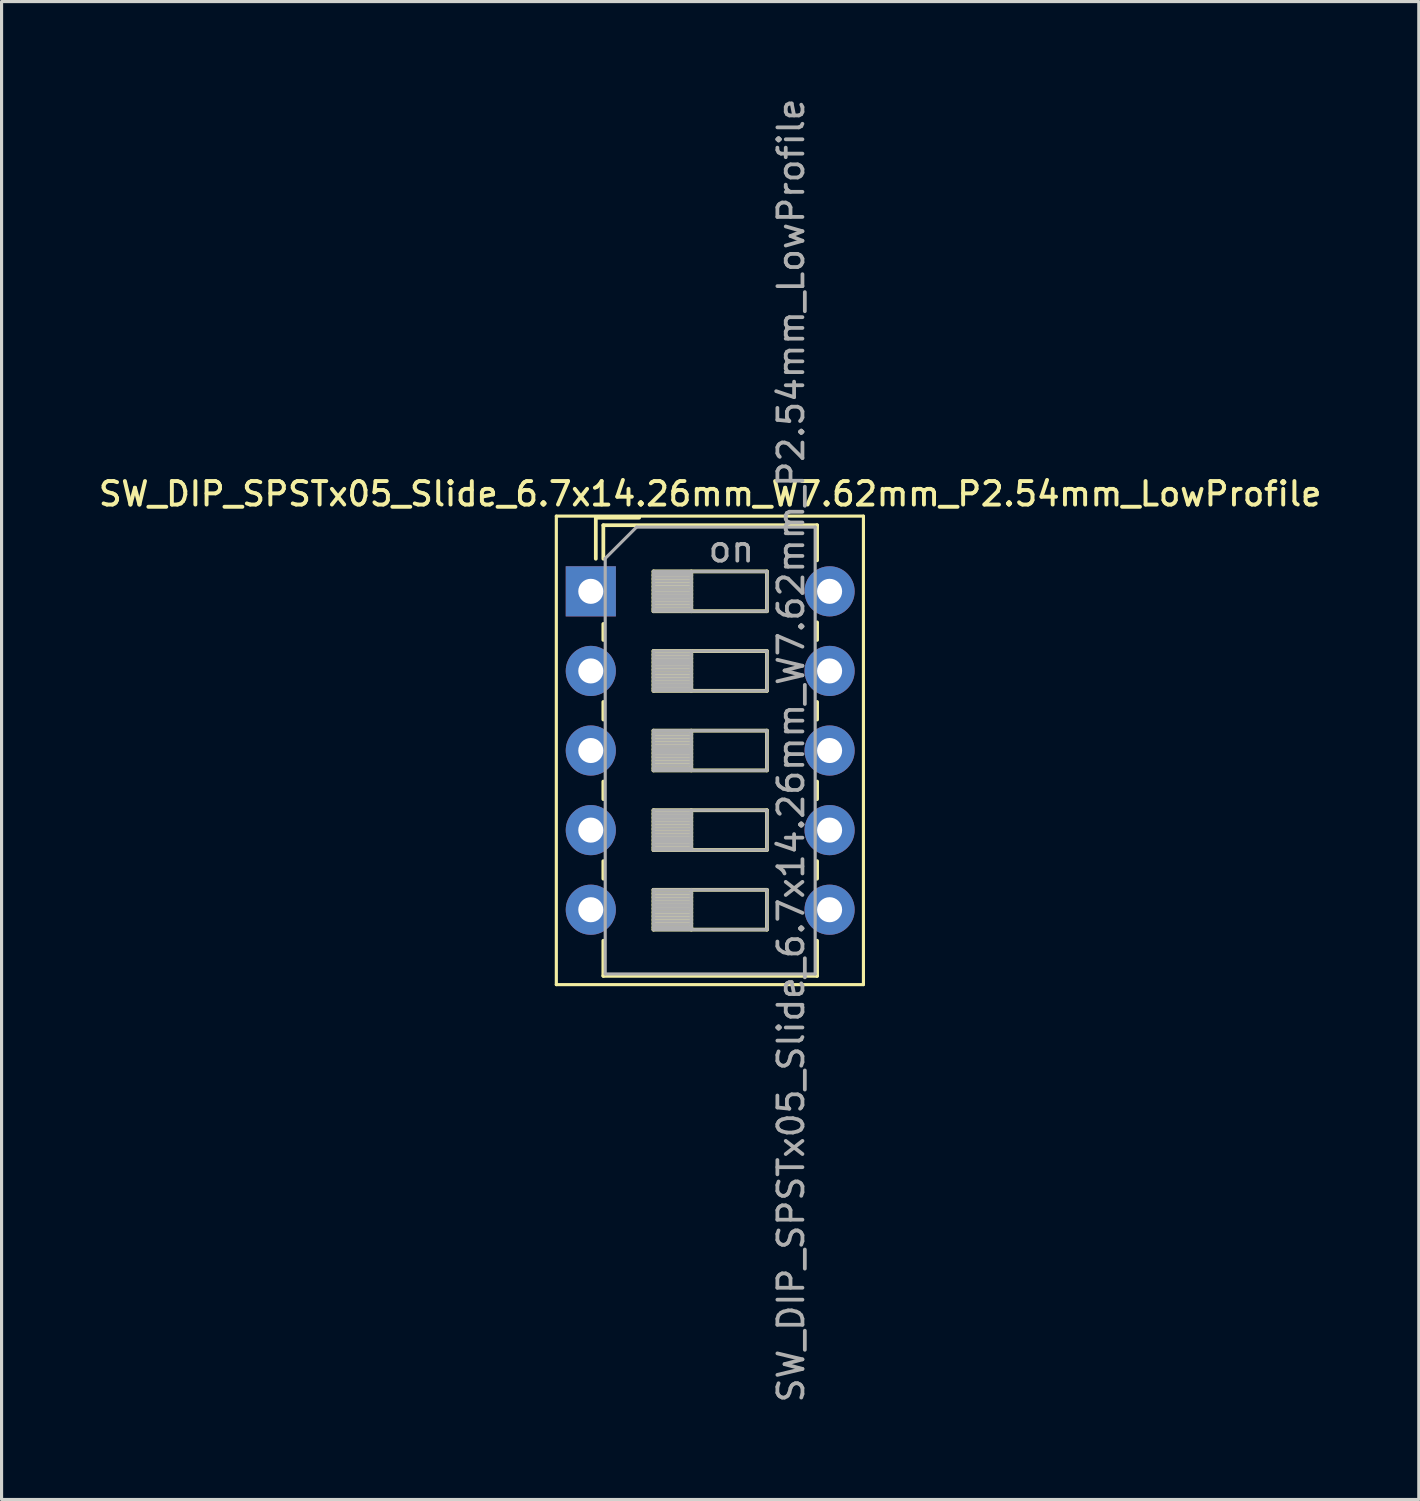
<source format=kicad_pcb>
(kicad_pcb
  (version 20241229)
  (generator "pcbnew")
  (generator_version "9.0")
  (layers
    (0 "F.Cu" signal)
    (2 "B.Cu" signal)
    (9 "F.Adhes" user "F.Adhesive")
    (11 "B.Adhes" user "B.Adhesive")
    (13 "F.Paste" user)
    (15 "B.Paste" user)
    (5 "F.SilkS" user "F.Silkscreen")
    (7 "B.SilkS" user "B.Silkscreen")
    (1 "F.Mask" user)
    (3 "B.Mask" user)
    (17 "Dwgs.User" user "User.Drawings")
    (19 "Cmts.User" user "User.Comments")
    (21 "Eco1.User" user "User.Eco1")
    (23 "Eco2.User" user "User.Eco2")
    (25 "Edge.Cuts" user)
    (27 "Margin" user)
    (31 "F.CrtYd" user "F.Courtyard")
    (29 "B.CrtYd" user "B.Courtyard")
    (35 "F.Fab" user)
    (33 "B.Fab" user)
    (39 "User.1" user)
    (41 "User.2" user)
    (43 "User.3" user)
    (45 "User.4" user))
  (footprint "SW_DIP_SPSTx05_Slide_6.7x14.26mm_W7.62mm_P2.54mm_LowProfile"
    (layer "F.Cu")
    (at 15.803 15.82)
    (property "Reference" "SW_DIP_SPSTx05_Slide_6.7x14.26mm_W7.62mm_P2.54mm_LowProfile" (at 3.81 -3.11 0) (layer "F.SilkS") (effects (font (size 0.75 0.75) (thickness 0.125))))
    (attr through_hole)
    (fp_line (start -1.1 -2.4) (end -1.1 12.55) (stroke (width 0.1) (type solid)) (layer "F.SilkS"))
    (fp_line (start -1.1 12.55) (end 8.7 12.55) (stroke (width 0.1) (type solid)) (layer "F.SilkS"))
    (fp_line (start 0.16 -2.35) (end 0.16 -1.04) (stroke (width 0.12) (type solid)) (layer "F.SilkS"))
    (fp_line (start 0.16 -2.35) (end 1.543 -2.35) (stroke (width 0.12) (type solid)) (layer "F.SilkS"))
    (fp_line (start 0.4 -2.11) (end 0.4 -1.04) (stroke (width 0.12) (type solid)) (layer "F.SilkS"))
    (fp_line (start 0.4 -2.11) (end 7.221 -2.11) (stroke (width 0.12) (type solid)) (layer "F.SilkS"))
    (fp_line (start 0.4 1.04) (end 0.4 1.551) (stroke (width 0.12) (type solid)) (layer "F.SilkS"))
    (fp_line (start 0.4 3.53) (end 0.4 4.091) (stroke (width 0.12) (type solid)) (layer "F.SilkS"))
    (fp_line (start 0.4 6.07) (end 0.4 6.631) (stroke (width 0.12) (type solid)) (layer "F.SilkS"))
    (fp_line (start 0.4 8.61) (end 0.4 9.17) (stroke (width 0.12) (type solid)) (layer "F.SilkS"))
    (fp_line (start 0.4 11.15) (end 0.4 12.271) (stroke (width 0.12) (type solid)) (layer "F.SilkS"))
    (fp_line (start 0.4 12.271) (end 7.221 12.271) (stroke (width 0.12) (type solid)) (layer "F.SilkS"))
    (fp_line (start 2 -0.635) (end 2 0.635) (stroke (width 0.12) (type solid)) (layer "F.SilkS"))
    (fp_line (start 2 -0.515) (end 3.207 -0.515) (stroke (width 0.12) (type solid)) (layer "F.SilkS"))
    (fp_line (start 2 -0.395) (end 3.207 -0.395) (stroke (width 0.12) (type solid)) (layer "F.SilkS"))
    (fp_line (start 2 -0.275) (end 3.207 -0.275) (stroke (width 0.12) (type solid)) (layer "F.SilkS"))
    (fp_line (start 2 -0.155) (end 3.207 -0.155) (stroke (width 0.12) (type solid)) (layer "F.SilkS"))
    (fp_line (start 2 -0.035) (end 3.207 -0.035) (stroke (width 0.12) (type solid)) (layer "F.SilkS"))
    (fp_line (start 2 0.085) (end 3.207 0.085) (stroke (width 0.12) (type solid)) (layer "F.SilkS"))
    (fp_line (start 2 0.205) (end 3.207 0.205) (stroke (width 0.12) (type solid)) (layer "F.SilkS"))
    (fp_line (start 2 0.325) (end 3.207 0.325) (stroke (width 0.12) (type solid)) (layer "F.SilkS"))
    (fp_line (start 2 0.445) (end 3.207 0.445) (stroke (width 0.12) (type solid)) (layer "F.SilkS"))
    (fp_line (start 2 0.565) (end 3.207 0.565) (stroke (width 0.12) (type solid)) (layer "F.SilkS"))
    (fp_line (start 2 0.635) (end 5.62 0.635) (stroke (width 0.12) (type solid)) (layer "F.SilkS"))
    (fp_line (start 2 1.905) (end 2 3.175) (stroke (width 0.12) (type solid)) (layer "F.SilkS"))
    (fp_line (start 2 2.025) (end 3.207 2.025) (stroke (width 0.12) (type solid)) (layer "F.SilkS"))
    (fp_line (start 2 2.145) (end 3.207 2.145) (stroke (width 0.12) (type solid)) (layer "F.SilkS"))
    (fp_line (start 2 2.265) (end 3.207 2.265) (stroke (width 0.12) (type solid)) (layer "F.SilkS"))
    (fp_line (start 2 2.385) (end 3.207 2.385) (stroke (width 0.12) (type solid)) (layer "F.SilkS"))
    (fp_line (start 2 2.505) (end 3.207 2.505) (stroke (width 0.12) (type solid)) (layer "F.SilkS"))
    (fp_line (start 2 2.625) (end 3.207 2.625) (stroke (width 0.12) (type solid)) (layer "F.SilkS"))
    (fp_line (start 2 2.745) (end 3.207 2.745) (stroke (width 0.12) (type solid)) (layer "F.SilkS"))
    (fp_line (start 2 2.865) (end 3.207 2.865) (stroke (width 0.12) (type solid)) (layer "F.SilkS"))
    (fp_line (start 2 2.985) (end 3.207 2.985) (stroke (width 0.12) (type solid)) (layer "F.SilkS"))
    (fp_line (start 2 3.105) (end 3.207 3.105) (stroke (width 0.12) (type solid)) (layer "F.SilkS"))
    (fp_line (start 2 3.175) (end 5.62 3.175) (stroke (width 0.12) (type solid)) (layer "F.SilkS"))
    (fp_line (start 2 4.445) (end 2 5.715) (stroke (width 0.12) (type solid)) (layer "F.SilkS"))
    (fp_line (start 2 4.565) (end 3.207 4.565) (stroke (width 0.12) (type solid)) (layer "F.SilkS"))
    (fp_line (start 2 4.685) (end 3.207 4.685) (stroke (width 0.12) (type solid)) (layer "F.SilkS"))
    (fp_line (start 2 4.805) (end 3.207 4.805) (stroke (width 0.12) (type solid)) (layer "F.SilkS"))
    (fp_line (start 2 4.925) (end 3.207 4.925) (stroke (width 0.12) (type solid)) (layer "F.SilkS"))
    (fp_line (start 2 5.045) (end 3.207 5.045) (stroke (width 0.12) (type solid)) (layer "F.SilkS"))
    (fp_line (start 2 5.165) (end 3.207 5.165) (stroke (width 0.12) (type solid)) (layer "F.SilkS"))
    (fp_line (start 2 5.285) (end 3.207 5.285) (stroke (width 0.12) (type solid)) (layer "F.SilkS"))
    (fp_line (start 2 5.405) (end 3.207 5.405) (stroke (width 0.12) (type solid)) (layer "F.SilkS"))
    (fp_line (start 2 5.525) (end 3.207 5.525) (stroke (width 0.12) (type solid)) (layer "F.SilkS"))
    (fp_line (start 2 5.645) (end 3.207 5.645) (stroke (width 0.12) (type solid)) (layer "F.SilkS"))
    (fp_line (start 2 5.715) (end 5.62 5.715) (stroke (width 0.12) (type solid)) (layer "F.SilkS"))
    (fp_line (start 2 6.985) (end 2 8.255) (stroke (width 0.12) (type solid)) (layer "F.SilkS"))
    (fp_line (start 2 7.105) (end 3.207 7.105) (stroke (width 0.12) (type solid)) (layer "F.SilkS"))
    (fp_line (start 2 7.225) (end 3.207 7.225) (stroke (width 0.12) (type solid)) (layer "F.SilkS"))
    (fp_line (start 2 7.345) (end 3.207 7.345) (stroke (width 0.12) (type solid)) (layer "F.SilkS"))
    (fp_line (start 2 7.465) (end 3.207 7.465) (stroke (width 0.12) (type solid)) (layer "F.SilkS"))
    (fp_line (start 2 7.585) (end 3.207 7.585) (stroke (width 0.12) (type solid)) (layer "F.SilkS"))
    (fp_line (start 2 7.705) (end 3.207 7.705) (stroke (width 0.12) (type solid)) (layer "F.SilkS"))
    (fp_line (start 2 7.825) (end 3.207 7.825) (stroke (width 0.12) (type solid)) (layer "F.SilkS"))
    (fp_line (start 2 7.945) (end 3.207 7.945) (stroke (width 0.12) (type solid)) (layer "F.SilkS"))
    (fp_line (start 2 8.065) (end 3.207 8.065) (stroke (width 0.12) (type solid)) (layer "F.SilkS"))
    (fp_line (start 2 8.185) (end 3.207 8.185) (stroke (width 0.12) (type solid)) (layer "F.SilkS"))
    (fp_line (start 2 8.255) (end 5.62 8.255) (stroke (width 0.12) (type solid)) (layer "F.SilkS"))
    (fp_line (start 2 9.525) (end 2 10.795) (stroke (width 0.12) (type solid)) (layer "F.SilkS"))
    (fp_line (start 2 9.645) (end 3.207 9.645) (stroke (width 0.12) (type solid)) (layer "F.SilkS"))
    (fp_line (start 2 9.765) (end 3.207 9.765) (stroke (width 0.12) (type solid)) (layer "F.SilkS"))
    (fp_line (start 2 9.885) (end 3.207 9.885) (stroke (width 0.12) (type solid)) (layer "F.SilkS"))
    (fp_line (start 2 10.005) (end 3.207 10.005) (stroke (width 0.12) (type solid)) (layer "F.SilkS"))
    (fp_line (start 2 10.125) (end 3.207 10.125) (stroke (width 0.12) (type solid)) (layer "F.SilkS"))
    (fp_line (start 2 10.245) (end 3.207 10.245) (stroke (width 0.12) (type solid)) (layer "F.SilkS"))
    (fp_line (start 2 10.365) (end 3.207 10.365) (stroke (width 0.12) (type solid)) (layer "F.SilkS"))
    (fp_line (start 2 10.485) (end 3.207 10.485) (stroke (width 0.12) (type solid)) (layer "F.SilkS"))
    (fp_line (start 2 10.605) (end 3.207 10.605) (stroke (width 0.12) (type solid)) (layer "F.SilkS"))
    (fp_line (start 2 10.725) (end 3.207 10.725) (stroke (width 0.12) (type solid)) (layer "F.SilkS"))
    (fp_line (start 2 10.795) (end 5.62 10.795) (stroke (width 0.12) (type solid)) (layer "F.SilkS"))
    (fp_line (start 3.207 -0.635) (end 3.207 0.635) (stroke (width 0.12) (type solid)) (layer "F.SilkS"))
    (fp_line (start 3.207 1.905) (end 3.207 3.175) (stroke (width 0.12) (type solid)) (layer "F.SilkS"))
    (fp_line (start 3.207 4.445) (end 3.207 5.715) (stroke (width 0.12) (type solid)) (layer "F.SilkS"))
    (fp_line (start 3.207 6.985) (end 3.207 8.255) (stroke (width 0.12) (type solid)) (layer "F.SilkS"))
    (fp_line (start 3.207 9.525) (end 3.207 10.795) (stroke (width 0.12) (type solid)) (layer "F.SilkS"))
    (fp_line (start 5.62 -0.635) (end 2 -0.635) (stroke (width 0.12) (type solid)) (layer "F.SilkS"))
    (fp_line (start 5.62 0.635) (end 5.62 -0.635) (stroke (width 0.12) (type solid)) (layer "F.SilkS"))
    (fp_line (start 5.62 1.905) (end 2 1.905) (stroke (width 0.12) (type solid)) (layer "F.SilkS"))
    (fp_line (start 5.62 3.175) (end 5.62 1.905) (stroke (width 0.12) (type solid)) (layer "F.SilkS"))
    (fp_line (start 5.62 4.445) (end 2 4.445) (stroke (width 0.12) (type solid)) (layer "F.SilkS"))
    (fp_line (start 5.62 5.715) (end 5.62 4.445) (stroke (width 0.12) (type solid)) (layer "F.SilkS"))
    (fp_line (start 5.62 6.985) (end 2 6.985) (stroke (width 0.12) (type solid)) (layer "F.SilkS"))
    (fp_line (start 5.62 8.255) (end 5.62 6.985) (stroke (width 0.12) (type solid)) (layer "F.SilkS"))
    (fp_line (start 5.62 9.525) (end 2 9.525) (stroke (width 0.12) (type solid)) (layer "F.SilkS"))
    (fp_line (start 5.62 10.795) (end 5.62 9.525) (stroke (width 0.12) (type solid)) (layer "F.SilkS"))
    (fp_line (start 7.221 -2.11) (end 7.221 -0.99) (stroke (width 0.12) (type solid)) (layer "F.SilkS"))
    (fp_line (start 7.221 0.99) (end 7.221 1.551) (stroke (width 0.12) (type solid)) (layer "F.SilkS"))
    (fp_line (start 7.221 3.53) (end 7.221 4.091) (stroke (width 0.12) (type solid)) (layer "F.SilkS"))
    (fp_line (start 7.221 6.07) (end 7.221 6.631) (stroke (width 0.12) (type solid)) (layer "F.SilkS"))
    (fp_line (start 7.221 8.61) (end 7.221 9.17) (stroke (width 0.12) (type solid)) (layer "F.SilkS"))
    (fp_line (start 7.221 11.15) (end 7.221 12.271) (stroke (width 0.12) (type solid)) (layer "F.SilkS"))
    (fp_line (start 8.7 -2.4) (end -1.1 -2.4) (stroke (width 0.1) (type solid)) (layer "F.SilkS"))
    (fp_line (start 8.7 12.55) (end 8.7 -2.4) (stroke (width 0.1) (type solid)) (layer "F.SilkS"))
    (fp_line (start 0.46 -1.05) (end 1.46 -2.05) (stroke (width 0.1) (type solid)) (layer "F.Fab"))
    (fp_line (start 0.46 12.21) (end 0.46 -1.05) (stroke (width 0.1) (type solid)) (layer "F.Fab"))
    (fp_line (start 1.46 -2.05) (end 7.16 -2.05) (stroke (width 0.1) (type solid)) (layer "F.Fab"))
    (fp_line (start 2 -0.635) (end 2 0.635) (stroke (width 0.1) (type solid)) (layer "F.Fab"))
    (fp_line (start 2 -0.535) (end 3.207 -0.535) (stroke (width 0.1) (type solid)) (layer "F.Fab"))
    (fp_line (start 2 -0.435) (end 3.207 -0.435) (stroke (width 0.1) (type solid)) (layer "F.Fab"))
    (fp_line (start 2 -0.335) (end 3.207 -0.335) (stroke (width 0.1) (type solid)) (layer "F.Fab"))
    (fp_line (start 2 -0.235) (end 3.207 -0.235) (stroke (width 0.1) (type solid)) (layer "F.Fab"))
    (fp_line (start 2 -0.135) (end 3.207 -0.135) (stroke (width 0.1) (type solid)) (layer "F.Fab"))
    (fp_line (start 2 -0.035) (end 3.207 -0.035) (stroke (width 0.1) (type solid)) (layer "F.Fab"))
    (fp_line (start 2 0.065) (end 3.207 0.065) (stroke (width 0.1) (type solid)) (layer "F.Fab"))
    (fp_line (start 2 0.165) (end 3.207 0.165) (stroke (width 0.1) (type solid)) (layer "F.Fab"))
    (fp_line (start 2 0.265) (end 3.207 0.265) (stroke (width 0.1) (type solid)) (layer "F.Fab"))
    (fp_line (start 2 0.365) (end 3.207 0.365) (stroke (width 0.1) (type solid)) (layer "F.Fab"))
    (fp_line (start 2 0.465) (end 3.207 0.465) (stroke (width 0.1) (type solid)) (layer "F.Fab"))
    (fp_line (start 2 0.565) (end 3.207 0.565) (stroke (width 0.1) (type solid)) (layer "F.Fab"))
    (fp_line (start 2 0.635) (end 5.62 0.635) (stroke (width 0.1) (type solid)) (layer "F.Fab"))
    (fp_line (start 2 1.905) (end 2 3.175) (stroke (width 0.1) (type solid)) (layer "F.Fab"))
    (fp_line (start 2 2.005) (end 3.207 2.005) (stroke (width 0.1) (type solid)) (layer "F.Fab"))
    (fp_line (start 2 2.105) (end 3.207 2.105) (stroke (width 0.1) (type solid)) (layer "F.Fab"))
    (fp_line (start 2 2.205) (end 3.207 2.205) (stroke (width 0.1) (type solid)) (layer "F.Fab"))
    (fp_line (start 2 2.305) (end 3.207 2.305) (stroke (width 0.1) (type solid)) (layer "F.Fab"))
    (fp_line (start 2 2.405) (end 3.207 2.405) (stroke (width 0.1) (type solid)) (layer "F.Fab"))
    (fp_line (start 2 2.505) (end 3.207 2.505) (stroke (width 0.1) (type solid)) (layer "F.Fab"))
    (fp_line (start 2 2.605) (end 3.207 2.605) (stroke (width 0.1) (type solid)) (layer "F.Fab"))
    (fp_line (start 2 2.705) (end 3.207 2.705) (stroke (width 0.1) (type solid)) (layer "F.Fab"))
    (fp_line (start 2 2.805) (end 3.207 2.805) (stroke (width 0.1) (type solid)) (layer "F.Fab"))
    (fp_line (start 2 2.905) (end 3.207 2.905) (stroke (width 0.1) (type solid)) (layer "F.Fab"))
    (fp_line (start 2 3.005) (end 3.207 3.005) (stroke (width 0.1) (type solid)) (layer "F.Fab"))
    (fp_line (start 2 3.105) (end 3.207 3.105) (stroke (width 0.1) (type solid)) (layer "F.Fab"))
    (fp_line (start 2 3.175) (end 5.62 3.175) (stroke (width 0.1) (type solid)) (layer "F.Fab"))
    (fp_line (start 2 4.445) (end 2 5.715) (stroke (width 0.1) (type solid)) (layer "F.Fab"))
    (fp_line (start 2 4.545) (end 3.207 4.545) (stroke (width 0.1) (type solid)) (layer "F.Fab"))
    (fp_line (start 2 4.645) (end 3.207 4.645) (stroke (width 0.1) (type solid)) (layer "F.Fab"))
    (fp_line (start 2 4.745) (end 3.207 4.745) (stroke (width 0.1) (type solid)) (layer "F.Fab"))
    (fp_line (start 2 4.845) (end 3.207 4.845) (stroke (width 0.1) (type solid)) (layer "F.Fab"))
    (fp_line (start 2 4.945) (end 3.207 4.945) (stroke (width 0.1) (type solid)) (layer "F.Fab"))
    (fp_line (start 2 5.045) (end 3.207 5.045) (stroke (width 0.1) (type solid)) (layer "F.Fab"))
    (fp_line (start 2 5.145) (end 3.207 5.145) (stroke (width 0.1) (type solid)) (layer "F.Fab"))
    (fp_line (start 2 5.245) (end 3.207 5.245) (stroke (width 0.1) (type solid)) (layer "F.Fab"))
    (fp_line (start 2 5.345) (end 3.207 5.345) (stroke (width 0.1) (type solid)) (layer "F.Fab"))
    (fp_line (start 2 5.445) (end 3.207 5.445) (stroke (width 0.1) (type solid)) (layer "F.Fab"))
    (fp_line (start 2 5.545) (end 3.207 5.545) (stroke (width 0.1) (type solid)) (layer "F.Fab"))
    (fp_line (start 2 5.645) (end 3.207 5.645) (stroke (width 0.1) (type solid)) (layer "F.Fab"))
    (fp_line (start 2 5.715) (end 5.62 5.715) (stroke (width 0.1) (type solid)) (layer "F.Fab"))
    (fp_line (start 2 6.985) (end 2 8.255) (stroke (width 0.1) (type solid)) (layer "F.Fab"))
    (fp_line (start 2 7.085) (end 3.207 7.085) (stroke (width 0.1) (type solid)) (layer "F.Fab"))
    (fp_line (start 2 7.185) (end 3.207 7.185) (stroke (width 0.1) (type solid)) (layer "F.Fab"))
    (fp_line (start 2 7.285) (end 3.207 7.285) (stroke (width 0.1) (type solid)) (layer "F.Fab"))
    (fp_line (start 2 7.385) (end 3.207 7.385) (stroke (width 0.1) (type solid)) (layer "F.Fab"))
    (fp_line (start 2 7.485) (end 3.207 7.485) (stroke (width 0.1) (type solid)) (layer "F.Fab"))
    (fp_line (start 2 7.585) (end 3.207 7.585) (stroke (width 0.1) (type solid)) (layer "F.Fab"))
    (fp_line (start 2 7.685) (end 3.207 7.685) (stroke (width 0.1) (type solid)) (layer "F.Fab"))
    (fp_line (start 2 7.785) (end 3.207 7.785) (stroke (width 0.1) (type solid)) (layer "F.Fab"))
    (fp_line (start 2 7.885) (end 3.207 7.885) (stroke (width 0.1) (type solid)) (layer "F.Fab"))
    (fp_line (start 2 7.985) (end 3.207 7.985) (stroke (width 0.1) (type solid)) (layer "F.Fab"))
    (fp_line (start 2 8.085) (end 3.207 8.085) (stroke (width 0.1) (type solid)) (layer "F.Fab"))
    (fp_line (start 2 8.185) (end 3.207 8.185) (stroke (width 0.1) (type solid)) (layer "F.Fab"))
    (fp_line (start 2 8.255) (end 5.62 8.255) (stroke (width 0.1) (type solid)) (layer "F.Fab"))
    (fp_line (start 2 9.525) (end 2 10.795) (stroke (width 0.1) (type solid)) (layer "F.Fab"))
    (fp_line (start 2 9.625) (end 3.207 9.625) (stroke (width 0.1) (type solid)) (layer "F.Fab"))
    (fp_line (start 2 9.725) (end 3.207 9.725) (stroke (width 0.1) (type solid)) (layer "F.Fab"))
    (fp_line (start 2 9.825) (end 3.207 9.825) (stroke (width 0.1) (type solid)) (layer "F.Fab"))
    (fp_line (start 2 9.925) (end 3.207 9.925) (stroke (width 0.1) (type solid)) (layer "F.Fab"))
    (fp_line (start 2 10.025) (end 3.207 10.025) (stroke (width 0.1) (type solid)) (layer "F.Fab"))
    (fp_line (start 2 10.125) (end 3.207 10.125) (stroke (width 0.1) (type solid)) (layer "F.Fab"))
    (fp_line (start 2 10.225) (end 3.207 10.225) (stroke (width 0.1) (type solid)) (layer "F.Fab"))
    (fp_line (start 2 10.325) (end 3.207 10.325) (stroke (width 0.1) (type solid)) (layer "F.Fab"))
    (fp_line (start 2 10.425) (end 3.207 10.425) (stroke (width 0.1) (type solid)) (layer "F.Fab"))
    (fp_line (start 2 10.525) (end 3.207 10.525) (stroke (width 0.1) (type solid)) (layer "F.Fab"))
    (fp_line (start 2 10.625) (end 3.207 10.625) (stroke (width 0.1) (type solid)) (layer "F.Fab"))
    (fp_line (start 2 10.725) (end 3.207 10.725) (stroke (width 0.1) (type solid)) (layer "F.Fab"))
    (fp_line (start 2 10.795) (end 5.62 10.795) (stroke (width 0.1) (type solid)) (layer "F.Fab"))
    (fp_line (start 3.207 -0.635) (end 3.207 0.635) (stroke (width 0.1) (type solid)) (layer "F.Fab"))
    (fp_line (start 3.207 1.905) (end 3.207 3.175) (stroke (width 0.1) (type solid)) (layer "F.Fab"))
    (fp_line (start 3.207 4.445) (end 3.207 5.715) (stroke (width 0.1) (type solid)) (layer "F.Fab"))
    (fp_line (start 3.207 6.985) (end 3.207 8.255) (stroke (width 0.1) (type solid)) (layer "F.Fab"))
    (fp_line (start 3.207 9.525) (end 3.207 10.795) (stroke (width 0.1) (type solid)) (layer "F.Fab"))
    (fp_line (start 5.62 -0.635) (end 2 -0.635) (stroke (width 0.1) (type solid)) (layer "F.Fab"))
    (fp_line (start 5.62 0.635) (end 5.62 -0.635) (stroke (width 0.1) (type solid)) (layer "F.Fab"))
    (fp_line (start 5.62 1.905) (end 2 1.905) (stroke (width 0.1) (type solid)) (layer "F.Fab"))
    (fp_line (start 5.62 3.175) (end 5.62 1.905) (stroke (width 0.1) (type solid)) (layer "F.Fab"))
    (fp_line (start 5.62 4.445) (end 2 4.445) (stroke (width 0.1) (type solid)) (layer "F.Fab"))
    (fp_line (start 5.62 5.715) (end 5.62 4.445) (stroke (width 0.1) (type solid)) (layer "F.Fab"))
    (fp_line (start 5.62 6.985) (end 2 6.985) (stroke (width 0.1) (type solid)) (layer "F.Fab"))
    (fp_line (start 5.62 8.255) (end 5.62 6.985) (stroke (width 0.1) (type solid)) (layer "F.Fab"))
    (fp_line (start 5.62 9.525) (end 2 9.525) (stroke (width 0.1) (type solid)) (layer "F.Fab"))
    (fp_line (start 5.62 10.795) (end 5.62 9.525) (stroke (width 0.1) (type solid)) (layer "F.Fab"))
    (fp_line (start 7.16 -2.05) (end 7.16 12.21) (stroke (width 0.1) (type solid)) (layer "F.Fab"))
    (fp_line (start 7.16 12.21) (end 0.46 12.21) (stroke (width 0.1) (type solid)) (layer "F.Fab"))
    (fp_text user "on" (at 4.485 -1.343 0) (layer "F.Fab") (effects (font (size 0.8 0.8) (thickness 0.12))))
    (fp_text user "${REFERENCE}" (at 6.39 5.08 90) (layer "F.Fab") (effects (font (size 0.8 0.8) (thickness 0.12))))
    (pad "1" thru_hole rect (at 0 0) (size 1.6 1.6) (drill 0.8) (layers "*.Cu" "*.Mask"))
    (pad "2" thru_hole oval (at 0 2.54) (size 1.6 1.6) (drill 0.8) (layers "*.Cu" "*.Mask"))
    (pad "3" thru_hole oval (at 0 5.08) (size 1.6 1.6) (drill 0.8) (layers "*.Cu" "*.Mask"))
    (pad "4" thru_hole oval (at 0 7.62) (size 1.6 1.6) (drill 0.8) (layers "*.Cu" "*.Mask"))
    (pad "5" thru_hole oval (at 0 10.16) (size 1.6 1.6) (drill 0.8) (layers "*.Cu" "*.Mask"))
    (pad "6" thru_hole oval (at 7.62 10.16) (size 1.6 1.6) (drill 0.8) (layers "*.Cu" "*.Mask"))
    (pad "7" thru_hole oval (at 7.62 7.62) (size 1.6 1.6) (drill 0.8) (layers "*.Cu" "*.Mask"))
    (pad "8" thru_hole oval (at 7.62 5.08) (size 1.6 1.6) (drill 0.8) (layers "*.Cu" "*.Mask"))
    (pad "9" thru_hole oval (at 7.62 2.54) (size 1.6 1.6) (drill 0.8) (layers "*.Cu" "*.Mask"))
    (pad "10" thru_hole oval (at 7.62 0) (size 1.6 1.6) (drill 0.8) (layers "*.Cu" "*.Mask")))
  (gr_rect
    (start -3 -3)
    (end 42.225 44.8)
    (stroke (width 0.1) (type default))
    (fill no)
    (layer "Edge.Cuts")))
</source>
